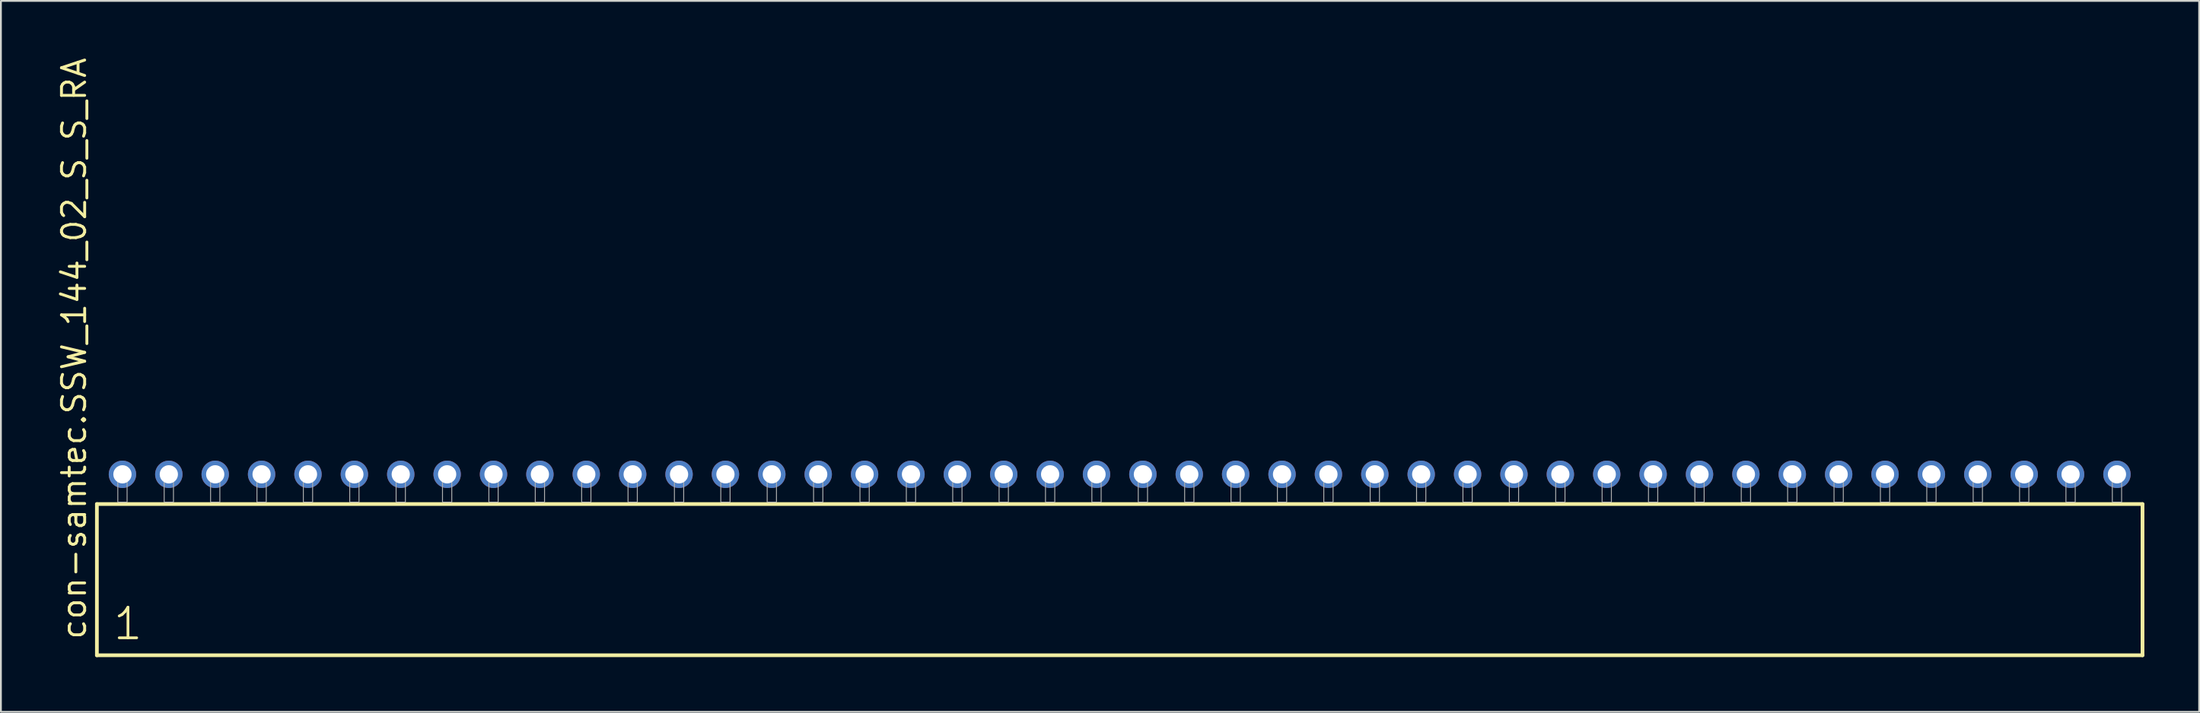
<source format=kicad_pcb>
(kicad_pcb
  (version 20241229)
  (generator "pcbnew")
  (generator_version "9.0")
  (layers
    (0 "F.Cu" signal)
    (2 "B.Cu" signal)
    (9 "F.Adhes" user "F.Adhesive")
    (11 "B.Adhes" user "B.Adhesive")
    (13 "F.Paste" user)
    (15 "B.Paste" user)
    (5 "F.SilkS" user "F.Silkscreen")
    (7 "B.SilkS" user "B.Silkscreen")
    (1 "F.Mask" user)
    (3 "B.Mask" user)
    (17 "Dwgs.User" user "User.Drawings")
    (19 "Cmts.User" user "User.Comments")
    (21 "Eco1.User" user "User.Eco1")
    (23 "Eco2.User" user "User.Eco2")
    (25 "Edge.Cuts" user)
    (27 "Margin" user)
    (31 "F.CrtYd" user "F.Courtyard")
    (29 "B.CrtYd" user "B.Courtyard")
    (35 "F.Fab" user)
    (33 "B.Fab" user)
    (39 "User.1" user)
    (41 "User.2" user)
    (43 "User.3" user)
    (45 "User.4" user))
  (footprint "con-samtec.SSW_144_02_S_S_RA"
    (layer "F.Cu")
    (at 58.265 24.477)
    (property "Reference" "con-samtec.SSW_144_02_S_S_RA" (at -56.515 7.62 90) (layer "F.SilkS") (effects (font (size 1.27 1.27) (thickness 0.16)) (justify left bottom)))
    (attr through_hole)
    (fp_line (start -56.009 0.106) (end -56.009 8.396) (stroke (width 0.203) (type default)) (layer "F.SilkS"))
    (fp_line (start -56.009 8.396) (end 56.009 8.396) (stroke (width 0.203) (type default)) (layer "F.SilkS"))
    (fp_line (start 56.009 0.106) (end -56.009 0.106) (stroke (width 0.203) (type default)) (layer "F.SilkS"))
    (fp_line (start 56.009 8.396) (end 56.009 0.106) (stroke (width 0.203) (type default)) (layer "F.SilkS"))
    (fp_rect (start -54.864 0) (end -54.356 -1.778) (stroke (width 0.05) (type default)) (fill no) (layer "F.Fab"))
    (fp_rect (start -52.324 0) (end -51.816 -1.778) (stroke (width 0.05) (type default)) (fill no) (layer "F.Fab"))
    (fp_rect (start -49.784 0) (end -49.276 -1.778) (stroke (width 0.05) (type default)) (fill no) (layer "F.Fab"))
    (fp_rect (start -47.244 0) (end -46.736 -1.778) (stroke (width 0.05) (type default)) (fill no) (layer "F.Fab"))
    (fp_rect (start -44.704 0) (end -44.196 -1.778) (stroke (width 0.05) (type default)) (fill no) (layer "F.Fab"))
    (fp_rect (start -42.164 0) (end -41.656 -1.778) (stroke (width 0.05) (type default)) (fill no) (layer "F.Fab"))
    (fp_rect (start -39.624 0) (end -39.116 -1.778) (stroke (width 0.05) (type default)) (fill no) (layer "F.Fab"))
    (fp_rect (start -37.084 0) (end -36.576 -1.778) (stroke (width 0.05) (type default)) (fill no) (layer "F.Fab"))
    (fp_rect (start -34.544 0) (end -34.036 -1.778) (stroke (width 0.05) (type default)) (fill no) (layer "F.Fab"))
    (fp_rect (start -32.004 0) (end -31.496 -1.778) (stroke (width 0.05) (type default)) (fill no) (layer "F.Fab"))
    (fp_rect (start -29.464 0) (end -28.956 -1.778) (stroke (width 0.05) (type default)) (fill no) (layer "F.Fab"))
    (fp_rect (start -26.924 0) (end -26.416 -1.778) (stroke (width 0.05) (type default)) (fill no) (layer "F.Fab"))
    (fp_rect (start -24.384 0) (end -23.876 -1.778) (stroke (width 0.05) (type default)) (fill no) (layer "F.Fab"))
    (fp_rect (start -21.844 0) (end -21.336 -1.778) (stroke (width 0.05) (type default)) (fill no) (layer "F.Fab"))
    (fp_rect (start -19.304 0) (end -18.796 -1.778) (stroke (width 0.05) (type default)) (fill no) (layer "F.Fab"))
    (fp_rect (start -16.764 0) (end -16.256 -1.778) (stroke (width 0.05) (type default)) (fill no) (layer "F.Fab"))
    (fp_rect (start -14.224 0) (end -13.716 -1.778) (stroke (width 0.05) (type default)) (fill no) (layer "F.Fab"))
    (fp_rect (start -11.684 0) (end -11.176 -1.778) (stroke (width 0.05) (type default)) (fill no) (layer "F.Fab"))
    (fp_rect (start -9.144 0) (end -8.636 -1.778) (stroke (width 0.05) (type default)) (fill no) (layer "F.Fab"))
    (fp_rect (start -6.604 0) (end -6.096 -1.778) (stroke (width 0.05) (type default)) (fill no) (layer "F.Fab"))
    (fp_rect (start -4.064 0) (end -3.556 -1.778) (stroke (width 0.05) (type default)) (fill no) (layer "F.Fab"))
    (fp_rect (start -1.524 0) (end -1.016 -1.778) (stroke (width 0.05) (type default)) (fill no) (layer "F.Fab"))
    (fp_rect (start 1.016 0) (end 1.524 -1.778) (stroke (width 0.05) (type default)) (fill no) (layer "F.Fab"))
    (fp_rect (start 3.556 0) (end 4.064 -1.778) (stroke (width 0.05) (type default)) (fill no) (layer "F.Fab"))
    (fp_rect (start 6.096 0) (end 6.604 -1.778) (stroke (width 0.05) (type default)) (fill no) (layer "F.Fab"))
    (fp_rect (start 8.636 0) (end 9.144 -1.778) (stroke (width 0.05) (type default)) (fill no) (layer "F.Fab"))
    (fp_rect (start 11.176 0) (end 11.684 -1.778) (stroke (width 0.05) (type default)) (fill no) (layer "F.Fab"))
    (fp_rect (start 13.716 0) (end 14.224 -1.778) (stroke (width 0.05) (type default)) (fill no) (layer "F.Fab"))
    (fp_rect (start 16.256 0) (end 16.764 -1.778) (stroke (width 0.05) (type default)) (fill no) (layer "F.Fab"))
    (fp_rect (start 18.796 0) (end 19.304 -1.778) (stroke (width 0.05) (type default)) (fill no) (layer "F.Fab"))
    (fp_rect (start 21.336 0) (end 21.844 -1.778) (stroke (width 0.05) (type default)) (fill no) (layer "F.Fab"))
    (fp_rect (start 23.876 0) (end 24.384 -1.778) (stroke (width 0.05) (type default)) (fill no) (layer "F.Fab"))
    (fp_rect (start 26.416 0) (end 26.924 -1.778) (stroke (width 0.05) (type default)) (fill no) (layer "F.Fab"))
    (fp_rect (start 28.956 0) (end 29.464 -1.778) (stroke (width 0.05) (type default)) (fill no) (layer "F.Fab"))
    (fp_rect (start 31.496 0) (end 32.004 -1.778) (stroke (width 0.05) (type default)) (fill no) (layer "F.Fab"))
    (fp_rect (start 34.036 0) (end 34.544 -1.778) (stroke (width 0.05) (type default)) (fill no) (layer "F.Fab"))
    (fp_rect (start 36.576 0) (end 37.084 -1.778) (stroke (width 0.05) (type default)) (fill no) (layer "F.Fab"))
    (fp_rect (start 39.116 0) (end 39.624 -1.778) (stroke (width 0.05) (type default)) (fill no) (layer "F.Fab"))
    (fp_rect (start 41.656 0) (end 42.164 -1.778) (stroke (width 0.05) (type default)) (fill no) (layer "F.Fab"))
    (fp_rect (start 44.196 0) (end 44.704 -1.778) (stroke (width 0.05) (type default)) (fill no) (layer "F.Fab"))
    (fp_rect (start 46.736 0) (end 47.244 -1.778) (stroke (width 0.05) (type default)) (fill no) (layer "F.Fab"))
    (fp_rect (start 49.276 0) (end 49.784 -1.778) (stroke (width 0.05) (type default)) (fill no) (layer "F.Fab"))
    (fp_rect (start 51.816 0) (end 52.324 -1.778) (stroke (width 0.05) (type default)) (fill no) (layer "F.Fab"))
    (fp_rect (start 54.356 0) (end 54.864 -1.778) (stroke (width 0.05) (type default)) (fill no) (layer "F.Fab"))
    (fp_text user "1" (at -55.205 7.65 0) (layer "F.SilkS") (effects (font (size 1.676 1.676) (thickness 0.15)) (justify left bottom)))
    (pad "1" thru_hole circle (at -54.61 -1.524) (size 1.5 1.5) (drill 1) (layers "*.Cu" "*.Mask"))
    (pad "2" thru_hole circle (at -52.07 -1.524) (size 1.5 1.5) (drill 1) (layers "*.Cu" "*.Mask"))
    (pad "3" thru_hole circle (at -49.53 -1.524) (size 1.5 1.5) (drill 1) (layers "*.Cu" "*.Mask"))
    (pad "4" thru_hole circle (at -46.99 -1.524) (size 1.5 1.5) (drill 1) (layers "*.Cu" "*.Mask"))
    (pad "5" thru_hole circle (at -44.45 -1.524) (size 1.5 1.5) (drill 1) (layers "*.Cu" "*.Mask"))
    (pad "6" thru_hole circle (at -41.91 -1.524) (size 1.5 1.5) (drill 1) (layers "*.Cu" "*.Mask"))
    (pad "7" thru_hole circle (at -39.37 -1.524) (size 1.5 1.5) (drill 1) (layers "*.Cu" "*.Mask"))
    (pad "8" thru_hole circle (at -36.83 -1.524) (size 1.5 1.5) (drill 1) (layers "*.Cu" "*.Mask"))
    (pad "9" thru_hole circle (at -34.29 -1.524) (size 1.5 1.5) (drill 1) (layers "*.Cu" "*.Mask"))
    (pad "10" thru_hole circle (at -31.75 -1.524) (size 1.5 1.5) (drill 1) (layers "*.Cu" "*.Mask"))
    (pad "11" thru_hole circle (at -29.21 -1.524) (size 1.5 1.5) (drill 1) (layers "*.Cu" "*.Mask"))
    (pad "12" thru_hole circle (at -26.67 -1.524) (size 1.5 1.5) (drill 1) (layers "*.Cu" "*.Mask"))
    (pad "13" thru_hole circle (at -24.13 -1.524) (size 1.5 1.5) (drill 1) (layers "*.Cu" "*.Mask"))
    (pad "14" thru_hole circle (at -21.59 -1.524) (size 1.5 1.5) (drill 1) (layers "*.Cu" "*.Mask"))
    (pad "15" thru_hole circle (at -19.05 -1.524) (size 1.5 1.5) (drill 1) (layers "*.Cu" "*.Mask"))
    (pad "16" thru_hole circle (at -16.51 -1.524) (size 1.5 1.5) (drill 1) (layers "*.Cu" "*.Mask"))
    (pad "17" thru_hole circle (at -13.97 -1.524) (size 1.5 1.5) (drill 1) (layers "*.Cu" "*.Mask"))
    (pad "18" thru_hole circle (at -11.43 -1.524) (size 1.5 1.5) (drill 1) (layers "*.Cu" "*.Mask"))
    (pad "19" thru_hole circle (at -8.89 -1.524) (size 1.5 1.5) (drill 1) (layers "*.Cu" "*.Mask"))
    (pad "20" thru_hole circle (at -6.35 -1.524) (size 1.5 1.5) (drill 1) (layers "*.Cu" "*.Mask"))
    (pad "21" thru_hole circle (at -3.81 -1.524) (size 1.5 1.5) (drill 1) (layers "*.Cu" "*.Mask"))
    (pad "22" thru_hole circle (at -1.27 -1.524) (size 1.5 1.5) (drill 1) (layers "*.Cu" "*.Mask"))
    (pad "23" thru_hole circle (at 1.27 -1.524) (size 1.5 1.5) (drill 1) (layers "*.Cu" "*.Mask"))
    (pad "24" thru_hole circle (at 3.81 -1.524) (size 1.5 1.5) (drill 1) (layers "*.Cu" "*.Mask"))
    (pad "25" thru_hole circle (at 6.35 -1.524) (size 1.5 1.5) (drill 1) (layers "*.Cu" "*.Mask"))
    (pad "26" thru_hole circle (at 8.89 -1.524) (size 1.5 1.5) (drill 1) (layers "*.Cu" "*.Mask"))
    (pad "27" thru_hole circle (at 11.43 -1.524) (size 1.5 1.5) (drill 1) (layers "*.Cu" "*.Mask"))
    (pad "28" thru_hole circle (at 13.97 -1.524) (size 1.5 1.5) (drill 1) (layers "*.Cu" "*.Mask"))
    (pad "29" thru_hole circle (at 16.51 -1.524) (size 1.5 1.5) (drill 1) (layers "*.Cu" "*.Mask"))
    (pad "30" thru_hole circle (at 19.05 -1.524) (size 1.5 1.5) (drill 1) (layers "*.Cu" "*.Mask"))
    (pad "31" thru_hole circle (at 21.59 -1.524) (size 1.5 1.5) (drill 1) (layers "*.Cu" "*.Mask"))
    (pad "32" thru_hole circle (at 24.13 -1.524) (size 1.5 1.5) (drill 1) (layers "*.Cu" "*.Mask"))
    (pad "33" thru_hole circle (at 26.67 -1.524) (size 1.5 1.5) (drill 1) (layers "*.Cu" "*.Mask"))
    (pad "34" thru_hole circle (at 29.21 -1.524) (size 1.5 1.5) (drill 1) (layers "*.Cu" "*.Mask"))
    (pad "35" thru_hole circle (at 31.75 -1.524) (size 1.5 1.5) (drill 1) (layers "*.Cu" "*.Mask"))
    (pad "36" thru_hole circle (at 34.29 -1.524) (size 1.5 1.5) (drill 1) (layers "*.Cu" "*.Mask"))
    (pad "37" thru_hole circle (at 36.83 -1.524) (size 1.5 1.5) (drill 1) (layers "*.Cu" "*.Mask"))
    (pad "38" thru_hole circle (at 39.37 -1.524) (size 1.5 1.5) (drill 1) (layers "*.Cu" "*.Mask"))
    (pad "39" thru_hole circle (at 41.91 -1.524) (size 1.5 1.5) (drill 1) (layers "*.Cu" "*.Mask"))
    (pad "40" thru_hole circle (at 44.45 -1.524) (size 1.5 1.5) (drill 1) (layers "*.Cu" "*.Mask"))
    (pad "41" thru_hole circle (at 46.99 -1.524) (size 1.5 1.5) (drill 1) (layers "*.Cu" "*.Mask"))
    (pad "42" thru_hole circle (at 49.53 -1.524) (size 1.5 1.5) (drill 1) (layers "*.Cu" "*.Mask"))
    (pad "43" thru_hole circle (at 52.07 -1.524) (size 1.5 1.5) (drill 1) (layers "*.Cu" "*.Mask"))
    (pad "44" thru_hole circle (at 54.61 -1.524) (size 1.5 1.5) (drill 1) (layers "*.Cu" "*.Mask")))
  (gr_rect
    (start -3 -3)
    (end 117.376 35.975)
    (stroke (width 0.1) (type default))
    (fill no)
    (layer "Edge.Cuts")))
</source>
